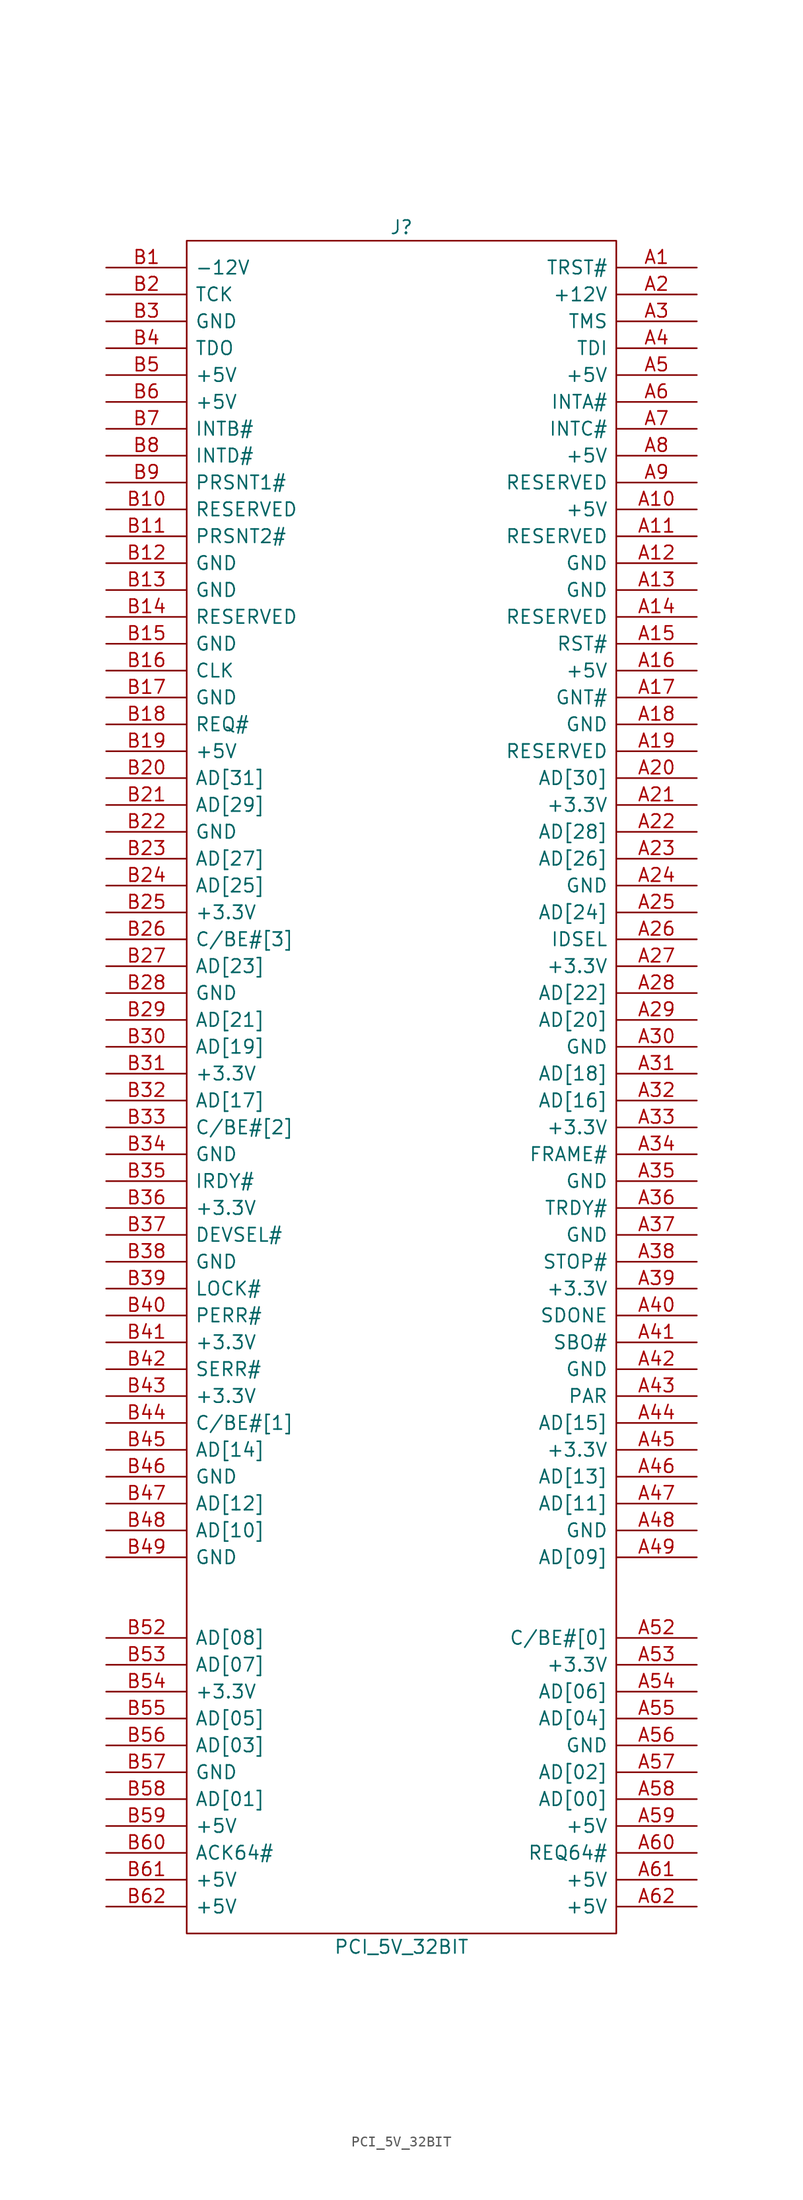
<source format=kicad_sym>
(kicad_symbol_lib
  (version 20231120)
  (generator "kicad_symbol_editor")
  (generator_version "8.0")
  (symbol "PCI_5V_32BIT"
    (pin_names
      (offset 0.762))
    (property "Reference" "J"
      (at 0 81.28 0)
      (effects (font (size 1.27 1.27))))
    (property "Value" "PCI_5V_32BIT"
      (at 0 -81.28 0)
      (effects (font (size 1.27 1.27))))
    (property "Footprint" ""
      (at 0 0 0)
      (effects (font (size 1.27 1.27))))
    (property "Datasheet" ""
      (at 0 0 0)
      (effects (font (size 1.27 1.27))))
    (symbol "PCI_5V_32BIT_0_1"
      (rectangle (start -20.32 -80.01) (end 20.32 80.01) (stroke (width 0) (type solid)) (fill (type none))))
    (symbol "PCI_5V_32BIT_1_1"
      (pin output line (at 27.94 77.47 180) (length 7.62) (name "TRST#" (effects (font (size 1.27 1.27)))) (number "A1" (effects (font (size 1.27 1.27)))))
      (pin power_in line (at 27.94 54.61 180) (length 7.62) (name "+5V" (effects (font (size 1.27 1.27)))) (number "A10" (effects (font (size 1.27 1.27)))))
      (pin passive line (at 27.94 52.07 180) (length 7.62) (name "RESERVED" (effects (font (size 1.27 1.27)))) (number "A11" (effects (font (size 1.27 1.27)))))
      (pin power_in line (at 27.94 49.53 180) (length 7.62) (name "GND" (effects (font (size 1.27 1.27)))) (number "A12" (effects (font (size 1.27 1.27)))))
      (pin power_in line (at 27.94 46.99 180) (length 7.62) (name "GND" (effects (font (size 1.27 1.27)))) (number "A13" (effects (font (size 1.27 1.27)))))
      (pin passive line (at 27.94 44.45 180) (length 7.62) (name "RESERVED" (effects (font (size 1.27 1.27)))) (number "A14" (effects (font (size 1.27 1.27)))))
      (pin output line (at 27.94 41.91 180) (length 7.62) (name "RST#" (effects (font (size 1.27 1.27)))) (number "A15" (effects (font (size 1.27 1.27)))))
      (pin power_in line (at 27.94 39.37 180) (length 7.62) (name "+5V" (effects (font (size 1.27 1.27)))) (number "A16" (effects (font (size 1.27 1.27)))))
      (pin bidirectional line (at 27.94 36.83 180) (length 7.62) (name "GNT#" (effects (font (size 1.27 1.27)))) (number "A17" (effects (font (size 1.27 1.27)))))
      (pin power_in line (at 27.94 34.29 180) (length 7.62) (name "GND" (effects (font (size 1.27 1.27)))) (number "A18" (effects (font (size 1.27 1.27)))))
      (pin passive line (at 27.94 31.75 180) (length 7.62) (name "RESERVED" (effects (font (size 1.27 1.27)))) (number "A19" (effects (font (size 1.27 1.27)))))
      (pin power_in line (at 27.94 74.93 180) (length 7.62) (name "+12V" (effects (font (size 1.27 1.27)))) (number "A2" (effects (font (size 1.27 1.27)))))
      (pin bidirectional line (at 27.94 29.21 180) (length 7.62) (name "AD[30]" (effects (font (size 1.27 1.27)))) (number "A20" (effects (font (size 1.27 1.27)))))
      (pin power_in line (at 27.94 26.67 180) (length 7.62) (name "+3.3V" (effects (font (size 1.27 1.27)))) (number "A21" (effects (font (size 1.27 1.27)))))
      (pin bidirectional line (at 27.94 24.13 180) (length 7.62) (name "AD[28]" (effects (font (size 1.27 1.27)))) (number "A22" (effects (font (size 1.27 1.27)))))
      (pin bidirectional line (at 27.94 21.59 180) (length 7.62) (name "AD[26]" (effects (font (size 1.27 1.27)))) (number "A23" (effects (font (size 1.27 1.27)))))
      (pin power_in line (at 27.94 19.05 180) (length 7.62) (name "GND" (effects (font (size 1.27 1.27)))) (number "A24" (effects (font (size 1.27 1.27)))))
      (pin bidirectional line (at 27.94 16.51 180) (length 7.62) (name "AD[24]" (effects (font (size 1.27 1.27)))) (number "A25" (effects (font (size 1.27 1.27)))))
      (pin output line (at 27.94 13.97 180) (length 7.62) (name "IDSEL" (effects (font (size 1.27 1.27)))) (number "A26" (effects (font (size 1.27 1.27)))))
      (pin power_in line (at 27.94 11.43 180) (length 7.62) (name "+3.3V" (effects (font (size 1.27 1.27)))) (number "A27" (effects (font (size 1.27 1.27)))))
      (pin bidirectional line (at 27.94 8.89 180) (length 7.62) (name "AD[22]" (effects (font (size 1.27 1.27)))) (number "A28" (effects (font (size 1.27 1.27)))))
      (pin bidirectional line (at 27.94 6.35 180) (length 7.62) (name "AD[20]" (effects (font (size 1.27 1.27)))) (number "A29" (effects (font (size 1.27 1.27)))))
      (pin output line (at 27.94 72.39 180) (length 7.62) (name "TMS" (effects (font (size 1.27 1.27)))) (number "A3" (effects (font (size 1.27 1.27)))))
      (pin power_in line (at 27.94 3.81 180) (length 7.62) (name "GND" (effects (font (size 1.27 1.27)))) (number "A30" (effects (font (size 1.27 1.27)))))
      (pin bidirectional line (at 27.94 1.27 180) (length 7.62) (name "AD[18]" (effects (font (size 1.27 1.27)))) (number "A31" (effects (font (size 1.27 1.27)))))
      (pin bidirectional line (at 27.94 -1.27 180) (length 7.62) (name "AD[16]" (effects (font (size 1.27 1.27)))) (number "A32" (effects (font (size 1.27 1.27)))))
      (pin power_in line (at 27.94 -3.81 180) (length 7.62) (name "+3.3V" (effects (font (size 1.27 1.27)))) (number "A33" (effects (font (size 1.27 1.27)))))
      (pin bidirectional line (at 27.94 -6.35 180) (length 7.62) (name "FRAME#" (effects (font (size 1.27 1.27)))) (number "A34" (effects (font (size 1.27 1.27)))))
      (pin power_in line (at 27.94 -8.89 180) (length 7.62) (name "GND" (effects (font (size 1.27 1.27)))) (number "A35" (effects (font (size 1.27 1.27)))))
      (pin bidirectional line (at 27.94 -11.43 180) (length 7.62) (name "TRDY#" (effects (font (size 1.27 1.27)))) (number "A36" (effects (font (size 1.27 1.27)))))
      (pin power_in line (at 27.94 -13.97 180) (length 7.62) (name "GND" (effects (font (size 1.27 1.27)))) (number "A37" (effects (font (size 1.27 1.27)))))
      (pin bidirectional line (at 27.94 -16.51 180) (length 7.62) (name "STOP#" (effects (font (size 1.27 1.27)))) (number "A38" (effects (font (size 1.27 1.27)))))
      (pin power_in line (at 27.94 -19.05 180) (length 7.62) (name "+3.3V" (effects (font (size 1.27 1.27)))) (number "A39" (effects (font (size 1.27 1.27)))))
      (pin output line (at 27.94 69.85 180) (length 7.62) (name "TDI" (effects (font (size 1.27 1.27)))) (number "A4" (effects (font (size 1.27 1.27)))))
      (pin bidirectional line (at 27.94 -21.59 180) (length 7.62) (name "SDONE" (effects (font (size 1.27 1.27)))) (number "A40" (effects (font (size 1.27 1.27)))))
      (pin bidirectional line (at 27.94 -24.13 180) (length 7.62) (name "SBO#" (effects (font (size 1.27 1.27)))) (number "A41" (effects (font (size 1.27 1.27)))))
      (pin power_in line (at 27.94 -26.67 180) (length 7.62) (name "GND" (effects (font (size 1.27 1.27)))) (number "A42" (effects (font (size 1.27 1.27)))))
      (pin bidirectional line (at 27.94 -29.21 180) (length 7.62) (name "PAR" (effects (font (size 1.27 1.27)))) (number "A43" (effects (font (size 1.27 1.27)))))
      (pin bidirectional line (at 27.94 -31.75 180) (length 7.62) (name "AD[15]" (effects (font (size 1.27 1.27)))) (number "A44" (effects (font (size 1.27 1.27)))))
      (pin power_in line (at 27.94 -34.29 180) (length 7.62) (name "+3.3V" (effects (font (size 1.27 1.27)))) (number "A45" (effects (font (size 1.27 1.27)))))
      (pin bidirectional line (at 27.94 -36.83 180) (length 7.62) (name "AD[13]" (effects (font (size 1.27 1.27)))) (number "A46" (effects (font (size 1.27 1.27)))))
      (pin bidirectional line (at 27.94 -39.37 180) (length 7.62) (name "AD[11]" (effects (font (size 1.27 1.27)))) (number "A47" (effects (font (size 1.27 1.27)))))
      (pin power_in line (at 27.94 -41.91 180) (length 7.62) (name "GND" (effects (font (size 1.27 1.27)))) (number "A48" (effects (font (size 1.27 1.27)))))
      (pin bidirectional line (at 27.94 -44.45 180) (length 7.62) (name "AD[09]" (effects (font (size 1.27 1.27)))) (number "A49" (effects (font (size 1.27 1.27)))))
      (pin power_in line (at 27.94 67.31 180) (length 7.62) (name "+5V" (effects (font (size 1.27 1.27)))) (number "A5" (effects (font (size 1.27 1.27)))))
      (pin bidirectional line (at 27.94 -52.07 180) (length 7.62) (name "C/BE#[0]" (effects (font (size 1.27 1.27)))) (number "A52" (effects (font (size 1.27 1.27)))))
      (pin power_in line (at 27.94 -54.61 180) (length 7.62) (name "+3.3V" (effects (font (size 1.27 1.27)))) (number "A53" (effects (font (size 1.27 1.27)))))
      (pin bidirectional line (at 27.94 -57.15 180) (length 7.62) (name "AD[06]" (effects (font (size 1.27 1.27)))) (number "A54" (effects (font (size 1.27 1.27)))))
      (pin bidirectional line (at 27.94 -59.69 180) (length 7.62) (name "AD[04]" (effects (font (size 1.27 1.27)))) (number "A55" (effects (font (size 1.27 1.27)))))
      (pin power_in line (at 27.94 -62.23 180) (length 7.62) (name "GND" (effects (font (size 1.27 1.27)))) (number "A56" (effects (font (size 1.27 1.27)))))
      (pin bidirectional line (at 27.94 -64.77 180) (length 7.62) (name "AD[02]" (effects (font (size 1.27 1.27)))) (number "A57" (effects (font (size 1.27 1.27)))))
      (pin bidirectional line (at 27.94 -67.31 180) (length 7.62) (name "AD[00]" (effects (font (size 1.27 1.27)))) (number "A58" (effects (font (size 1.27 1.27)))))
      (pin power_in line (at 27.94 -69.85 180) (length 7.62) (name "+5V" (effects (font (size 1.27 1.27)))) (number "A59" (effects (font (size 1.27 1.27)))))
      (pin input line (at 27.94 64.77 180) (length 7.62) (name "INTA#" (effects (font (size 1.27 1.27)))) (number "A6" (effects (font (size 1.27 1.27)))))
      (pin bidirectional line (at 27.94 -72.39 180) (length 7.62) (name "REQ64#" (effects (font (size 1.27 1.27)))) (number "A60" (effects (font (size 1.27 1.27)))))
      (pin power_in line (at 27.94 -74.93 180) (length 7.62) (name "+5V" (effects (font (size 1.27 1.27)))) (number "A61" (effects (font (size 1.27 1.27)))))
      (pin power_in line (at 27.94 -77.47 180) (length 7.62) (name "+5V" (effects (font (size 1.27 1.27)))) (number "A62" (effects (font (size 1.27 1.27)))))
      (pin input line (at 27.94 62.23 180) (length 7.62) (name "INTC#" (effects (font (size 1.27 1.27)))) (number "A7" (effects (font (size 1.27 1.27)))))
      (pin power_in line (at 27.94 59.69 180) (length 7.62) (name "+5V" (effects (font (size 1.27 1.27)))) (number "A8" (effects (font (size 1.27 1.27)))))
      (pin passive line (at 27.94 57.15 180) (length 7.62) (name "RESERVED" (effects (font (size 1.27 1.27)))) (number "A9" (effects (font (size 1.27 1.27)))))
      (pin power_in line (at -27.94 77.47 0) (length 7.62) (name "-12V" (effects (font (size 1.27 1.27)))) (number "B1" (effects (font (size 1.27 1.27)))))
      (pin passive line (at -27.94 54.61 0) (length 7.62) (name "RESERVED" (effects (font (size 1.27 1.27)))) (number "B10" (effects (font (size 1.27 1.27)))))
      (pin input line (at -27.94 52.07 0) (length 7.62) (name "PRSNT2#" (effects (font (size 1.27 1.27)))) (number "B11" (effects (font (size 1.27 1.27)))))
      (pin power_in line (at -27.94 49.53 0) (length 7.62) (name "GND" (effects (font (size 1.27 1.27)))) (number "B12" (effects (font (size 1.27 1.27)))))
      (pin power_in line (at -27.94 46.99 0) (length 7.62) (name "GND" (effects (font (size 1.27 1.27)))) (number "B13" (effects (font (size 1.27 1.27)))))
      (pin passive line (at -27.94 44.45 0) (length 7.62) (name "RESERVED" (effects (font (size 1.27 1.27)))) (number "B14" (effects (font (size 1.27 1.27)))))
      (pin power_in line (at -27.94 41.91 0) (length 7.62) (name "GND" (effects (font (size 1.27 1.27)))) (number "B15" (effects (font (size 1.27 1.27)))))
      (pin output line (at -27.94 39.37 0) (length 7.62) (name "CLK" (effects (font (size 1.27 1.27)))) (number "B16" (effects (font (size 1.27 1.27)))))
      (pin power_in line (at -27.94 36.83 0) (length 7.62) (name "GND" (effects (font (size 1.27 1.27)))) (number "B17" (effects (font (size 1.27 1.27)))))
      (pin bidirectional line (at -27.94 34.29 0) (length 7.62) (name "REQ#" (effects (font (size 1.27 1.27)))) (number "B18" (effects (font (size 1.27 1.27)))))
      (pin power_in line (at -27.94 31.75 0) (length 7.62) (name "+5V" (effects (font (size 1.27 1.27)))) (number "B19" (effects (font (size 1.27 1.27)))))
      (pin output line (at -27.94 74.93 0) (length 7.62) (name "TCK" (effects (font (size 1.27 1.27)))) (number "B2" (effects (font (size 1.27 1.27)))))
      (pin bidirectional line (at -27.94 29.21 0) (length 7.62) (name "AD[31]" (effects (font (size 1.27 1.27)))) (number "B20" (effects (font (size 1.27 1.27)))))
      (pin bidirectional line (at -27.94 26.67 0) (length 7.62) (name "AD[29]" (effects (font (size 1.27 1.27)))) (number "B21" (effects (font (size 1.27 1.27)))))
      (pin power_in line (at -27.94 24.13 0) (length 7.62) (name "GND" (effects (font (size 1.27 1.27)))) (number "B22" (effects (font (size 1.27 1.27)))))
      (pin bidirectional line (at -27.94 21.59 0) (length 7.62) (name "AD[27]" (effects (font (size 1.27 1.27)))) (number "B23" (effects (font (size 1.27 1.27)))))
      (pin bidirectional line (at -27.94 19.05 0) (length 7.62) (name "AD[25]" (effects (font (size 1.27 1.27)))) (number "B24" (effects (font (size 1.27 1.27)))))
      (pin power_in line (at -27.94 16.51 0) (length 7.62) (name "+3.3V" (effects (font (size 1.27 1.27)))) (number "B25" (effects (font (size 1.27 1.27)))))
      (pin bidirectional line (at -27.94 13.97 0) (length 7.62) (name "C/BE#[3]" (effects (font (size 1.27 1.27)))) (number "B26" (effects (font (size 1.27 1.27)))))
      (pin bidirectional line (at -27.94 11.43 0) (length 7.62) (name "AD[23]" (effects (font (size 1.27 1.27)))) (number "B27" (effects (font (size 1.27 1.27)))))
      (pin power_in line (at -27.94 8.89 0) (length 7.62) (name "GND" (effects (font (size 1.27 1.27)))) (number "B28" (effects (font (size 1.27 1.27)))))
      (pin bidirectional line (at -27.94 6.35 0) (length 7.62) (name "AD[21]" (effects (font (size 1.27 1.27)))) (number "B29" (effects (font (size 1.27 1.27)))))
      (pin input line (at -27.94 72.39 0) (length 7.62) (name "GND" (effects (font (size 1.27 1.27)))) (number "B3" (effects (font (size 1.27 1.27)))))
      (pin bidirectional line (at -27.94 3.81 0) (length 7.62) (name "AD[19]" (effects (font (size 1.27 1.27)))) (number "B30" (effects (font (size 1.27 1.27)))))
      (pin power_in line (at -27.94 1.27 0) (length 7.62) (name "+3.3V" (effects (font (size 1.27 1.27)))) (number "B31" (effects (font (size 1.27 1.27)))))
      (pin bidirectional line (at -27.94 -1.27 0) (length 7.62) (name "AD[17]" (effects (font (size 1.27 1.27)))) (number "B32" (effects (font (size 1.27 1.27)))))
      (pin bidirectional line (at -27.94 -3.81 0) (length 7.62) (name "C/BE#[2]" (effects (font (size 1.27 1.27)))) (number "B33" (effects (font (size 1.27 1.27)))))
      (pin power_in line (at -27.94 -6.35 0) (length 7.62) (name "GND" (effects (font (size 1.27 1.27)))) (number "B34" (effects (font (size 1.27 1.27)))))
      (pin bidirectional line (at -27.94 -8.89 0) (length 7.62) (name "IRDY#" (effects (font (size 1.27 1.27)))) (number "B35" (effects (font (size 1.27 1.27)))))
      (pin power_in line (at -27.94 -11.43 0) (length 7.62) (name "+3.3V" (effects (font (size 1.27 1.27)))) (number "B36" (effects (font (size 1.27 1.27)))))
      (pin bidirectional line (at -27.94 -13.97 0) (length 7.62) (name "DEVSEL#" (effects (font (size 1.27 1.27)))) (number "B37" (effects (font (size 1.27 1.27)))))
      (pin power_in line (at -27.94 -16.51 0) (length 7.62) (name "GND" (effects (font (size 1.27 1.27)))) (number "B38" (effects (font (size 1.27 1.27)))))
      (pin bidirectional line (at -27.94 -19.05 0) (length 7.62) (name "LOCK#" (effects (font (size 1.27 1.27)))) (number "B39" (effects (font (size 1.27 1.27)))))
      (pin input line (at -27.94 69.85 0) (length 7.62) (name "TDO" (effects (font (size 1.27 1.27)))) (number "B4" (effects (font (size 1.27 1.27)))))
      (pin bidirectional line (at -27.94 -21.59 0) (length 7.62) (name "PERR#" (effects (font (size 1.27 1.27)))) (number "B40" (effects (font (size 1.27 1.27)))))
      (pin power_in line (at -27.94 -24.13 0) (length 7.62) (name "+3.3V" (effects (font (size 1.27 1.27)))) (number "B41" (effects (font (size 1.27 1.27)))))
      (pin input line (at -27.94 -26.67 0) (length 7.62) (name "SERR#" (effects (font (size 1.27 1.27)))) (number "B42" (effects (font (size 1.27 1.27)))))
      (pin power_in line (at -27.94 -29.21 0) (length 7.62) (name "+3.3V" (effects (font (size 1.27 1.27)))) (number "B43" (effects (font (size 1.27 1.27)))))
      (pin bidirectional line (at -27.94 -31.75 0) (length 7.62) (name "C/BE#[1]" (effects (font (size 1.27 1.27)))) (number "B44" (effects (font (size 1.27 1.27)))))
      (pin bidirectional line (at -27.94 -34.29 0) (length 7.62) (name "AD[14]" (effects (font (size 1.27 1.27)))) (number "B45" (effects (font (size 1.27 1.27)))))
      (pin power_in line (at -27.94 -36.83 0) (length 7.62) (name "GND" (effects (font (size 1.27 1.27)))) (number "B46" (effects (font (size 1.27 1.27)))))
      (pin bidirectional line (at -27.94 -39.37 0) (length 7.62) (name "AD[12]" (effects (font (size 1.27 1.27)))) (number "B47" (effects (font (size 1.27 1.27)))))
      (pin bidirectional line (at -27.94 -41.91 0) (length 7.62) (name "AD[10]" (effects (font (size 1.27 1.27)))) (number "B48" (effects (font (size 1.27 1.27)))))
      (pin power_in line (at -27.94 -44.45 0) (length 7.62) (name "GND" (effects (font (size 1.27 1.27)))) (number "B49" (effects (font (size 1.27 1.27)))))
      (pin power_in line (at -27.94 67.31 0) (length 7.62) (name "+5V" (effects (font (size 1.27 1.27)))) (number "B5" (effects (font (size 1.27 1.27)))))
      (pin bidirectional line (at -27.94 -52.07 0) (length 7.62) (name "AD[08]" (effects (font (size 1.27 1.27)))) (number "B52" (effects (font (size 1.27 1.27)))))
      (pin bidirectional line (at -27.94 -54.61 0) (length 7.62) (name "AD[07]" (effects (font (size 1.27 1.27)))) (number "B53" (effects (font (size 1.27 1.27)))))
      (pin input line (at -27.94 -57.15 0) (length 7.62) (name "+3.3V" (effects (font (size 1.27 1.27)))) (number "B54" (effects (font (size 1.27 1.27)))))
      (pin bidirectional line (at -27.94 -59.69 0) (length 7.62) (name "AD[05]" (effects (font (size 1.27 1.27)))) (number "B55" (effects (font (size 1.27 1.27)))))
      (pin bidirectional line (at -27.94 -62.23 0) (length 7.62) (name "AD[03]" (effects (font (size 1.27 1.27)))) (number "B56" (effects (font (size 1.27 1.27)))))
      (pin power_in line (at -27.94 -64.77 0) (length 7.62) (name "GND" (effects (font (size 1.27 1.27)))) (number "B57" (effects (font (size 1.27 1.27)))))
      (pin bidirectional line (at -27.94 -67.31 0) (length 7.62) (name "AD[01]" (effects (font (size 1.27 1.27)))) (number "B58" (effects (font (size 1.27 1.27)))))
      (pin power_in line (at -27.94 -69.85 0) (length 7.62) (name "+5V" (effects (font (size 1.27 1.27)))) (number "B59" (effects (font (size 1.27 1.27)))))
      (pin power_in line (at -27.94 64.77 0) (length 7.62) (name "+5V" (effects (font (size 1.27 1.27)))) (number "B6" (effects (font (size 1.27 1.27)))))
      (pin bidirectional line (at -27.94 -72.39 0) (length 7.62) (name "ACK64#" (effects (font (size 1.27 1.27)))) (number "B60" (effects (font (size 1.27 1.27)))))
      (pin power_in line (at -27.94 -74.93 0) (length 7.62) (name "+5V" (effects (font (size 1.27 1.27)))) (number "B61" (effects (font (size 1.27 1.27)))))
      (pin power_in line (at -27.94 -77.47 0) (length 7.62) (name "+5V" (effects (font (size 1.27 1.27)))) (number "B62" (effects (font (size 1.27 1.27)))))
      (pin input line (at -27.94 62.23 0) (length 7.62) (name "INTB#" (effects (font (size 1.27 1.27)))) (number "B7" (effects (font (size 1.27 1.27)))))
      (pin input line (at -27.94 59.69 0) (length 7.62) (name "INTD#" (effects (font (size 1.27 1.27)))) (number "B8" (effects (font (size 1.27 1.27)))))
      (pin input line (at -27.94 57.15 0) (length 7.62) (name "PRSNT1#" (effects (font (size 1.27 1.27)))) (number "B9" (effects (font (size 1.27 1.27))))))))
</source>
